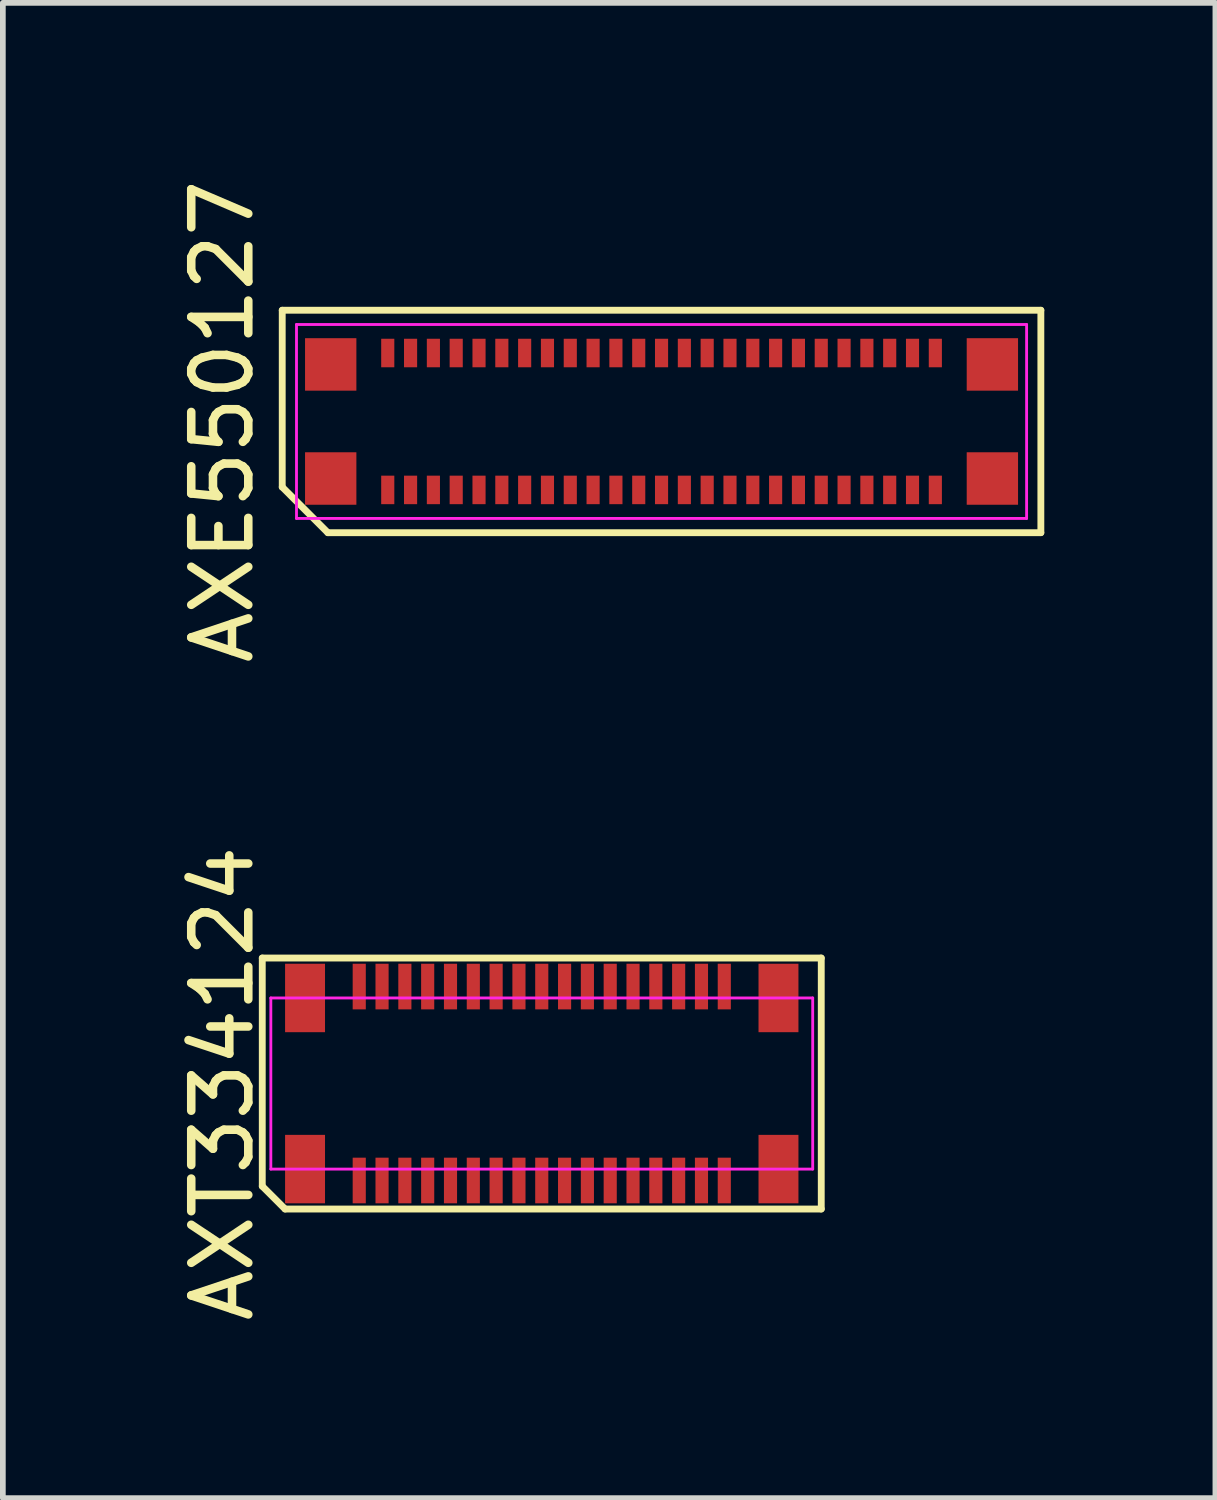
<source format=kicad_pcb>
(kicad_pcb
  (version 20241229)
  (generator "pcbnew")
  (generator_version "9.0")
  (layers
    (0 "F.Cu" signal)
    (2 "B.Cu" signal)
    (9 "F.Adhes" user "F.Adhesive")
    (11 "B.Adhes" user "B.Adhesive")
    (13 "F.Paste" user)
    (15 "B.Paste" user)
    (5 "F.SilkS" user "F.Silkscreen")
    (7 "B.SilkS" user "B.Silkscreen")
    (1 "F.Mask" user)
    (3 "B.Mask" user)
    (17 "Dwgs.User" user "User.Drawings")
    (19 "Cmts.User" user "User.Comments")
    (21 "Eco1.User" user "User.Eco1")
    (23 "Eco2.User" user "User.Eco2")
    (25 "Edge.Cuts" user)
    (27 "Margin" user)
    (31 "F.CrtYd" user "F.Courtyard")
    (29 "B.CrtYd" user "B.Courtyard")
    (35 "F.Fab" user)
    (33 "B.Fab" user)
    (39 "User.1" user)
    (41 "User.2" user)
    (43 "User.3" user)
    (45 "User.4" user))
  (footprint "AXE550127"
    (layer "F.Cu")
    (at 8.548 4.339)
    (property "Reference" "AXE550127" (at -7.7 0 90) (layer "F.SilkS") (effects (font (size 1 1) (thickness 0.15))))
    (attr through_hole)
    (fp_line (start -6.65 -1.95) (end 6.65 -1.95) (stroke (width 0.12) (type solid)) (layer "F.SilkS"))
    (fp_line (start -6.65 1.15) (end -6.65 -1.95) (stroke (width 0.12) (type solid)) (layer "F.SilkS"))
    (fp_line (start -5.85 1.95) (end -6.65 1.15) (stroke (width 0.12) (type solid)) (layer "F.SilkS"))
    (fp_line (start 6.65 -1.95) (end 6.65 1.95) (stroke (width 0.12) (type solid)) (layer "F.SilkS"))
    (fp_line (start 6.65 1.95) (end -5.85 1.95) (stroke (width 0.12) (type solid)) (layer "F.SilkS"))
    (fp_line (start -6.4 -1.7) (end 6.4 -1.7) (stroke (width 0.05) (type solid)) (layer "F.CrtYd"))
    (fp_line (start -6.4 1.7) (end -6.4 -1.7) (stroke (width 0.05) (type solid)) (layer "F.CrtYd"))
    (fp_line (start 6.4 -1.7) (end 6.4 1.7) (stroke (width 0.05) (type solid)) (layer "F.CrtYd"))
    (fp_line (start 6.4 1.7) (end -6.4 1.7) (stroke (width 0.05) (type solid)) (layer "F.CrtYd"))
    (pad "1" smd rect (at -4.8 1.2) (size 0.23 0.5) (layers "F.Cu" "F.Mask" "F.Paste"))
    (pad "2" smd rect (at -4.8 -1.2) (size 0.23 0.5) (layers "F.Cu" "F.Mask" "F.Paste"))
    (pad "3" smd rect (at -4.4 1.2) (size 0.23 0.5) (layers "F.Cu" "F.Mask" "F.Paste"))
    (pad "4" smd rect (at -4.4 -1.2) (size 0.23 0.5) (layers "F.Cu" "F.Mask" "F.Paste"))
    (pad "5" smd rect (at -4 1.2) (size 0.23 0.5) (layers "F.Cu" "F.Mask" "F.Paste"))
    (pad "6" smd rect (at -4 -1.2) (size 0.23 0.5) (layers "F.Cu" "F.Mask" "F.Paste"))
    (pad "7" smd rect (at -3.6 1.2) (size 0.23 0.5) (layers "F.Cu" "F.Mask" "F.Paste"))
    (pad "8" smd rect (at -3.6 -1.2) (size 0.23 0.5) (layers "F.Cu" "F.Mask" "F.Paste"))
    (pad "9" smd rect (at -3.2 1.2) (size 0.23 0.5) (layers "F.Cu" "F.Mask" "F.Paste"))
    (pad "10" smd rect (at -3.2 -1.2) (size 0.23 0.5) (layers "F.Cu" "F.Mask" "F.Paste"))
    (pad "11" smd rect (at -2.8 1.2) (size 0.23 0.5) (layers "F.Cu" "F.Mask" "F.Paste"))
    (pad "12" smd rect (at -2.8 -1.2) (size 0.23 0.5) (layers "F.Cu" "F.Mask" "F.Paste"))
    (pad "13" smd rect (at -2.4 1.2) (size 0.23 0.5) (layers "F.Cu" "F.Mask" "F.Paste"))
    (pad "14" smd rect (at -2.4 -1.2) (size 0.23 0.5) (layers "F.Cu" "F.Mask" "F.Paste"))
    (pad "15" smd rect (at -2 1.2) (size 0.23 0.5) (layers "F.Cu" "F.Mask" "F.Paste"))
    (pad "16" smd rect (at -2 -1.2) (size 0.23 0.5) (layers "F.Cu" "F.Mask" "F.Paste"))
    (pad "17" smd rect (at -1.6 1.2) (size 0.23 0.5) (layers "F.Cu" "F.Mask" "F.Paste"))
    (pad "18" smd rect (at -1.6 -1.2) (size 0.23 0.5) (layers "F.Cu" "F.Mask" "F.Paste"))
    (pad "19" smd rect (at -1.2 1.2) (size 0.23 0.5) (layers "F.Cu" "F.Mask" "F.Paste"))
    (pad "20" smd rect (at -1.2 -1.2) (size 0.23 0.5) (layers "F.Cu" "F.Mask" "F.Paste"))
    (pad "21" smd rect (at -0.8 1.2) (size 0.23 0.5) (layers "F.Cu" "F.Mask" "F.Paste"))
    (pad "22" smd rect (at -0.8 -1.2) (size 0.23 0.5) (layers "F.Cu" "F.Mask" "F.Paste"))
    (pad "23" smd rect (at -0.4 1.2) (size 0.23 0.5) (layers "F.Cu" "F.Mask" "F.Paste"))
    (pad "24" smd rect (at -0.4 -1.2) (size 0.23 0.5) (layers "F.Cu" "F.Mask" "F.Paste"))
    (pad "25" smd rect (at 0 1.2) (size 0.23 0.5) (layers "F.Cu" "F.Mask" "F.Paste"))
    (pad "26" smd rect (at 0 -1.2) (size 0.23 0.5) (layers "F.Cu" "F.Mask" "F.Paste"))
    (pad "27" smd rect (at 0.4 1.2) (size 0.23 0.5) (layers "F.Cu" "F.Mask" "F.Paste"))
    (pad "28" smd rect (at 0.4 -1.2) (size 0.23 0.5) (layers "F.Cu" "F.Mask" "F.Paste"))
    (pad "29" smd rect (at 0.8 1.2) (size 0.23 0.5) (layers "F.Cu" "F.Mask" "F.Paste"))
    (pad "30" smd rect (at 0.8 -1.2) (size 0.23 0.5) (layers "F.Cu" "F.Mask" "F.Paste"))
    (pad "31" smd rect (at 1.2 1.2) (size 0.23 0.5) (layers "F.Cu" "F.Mask" "F.Paste"))
    (pad "32" smd rect (at 1.2 -1.2) (size 0.23 0.5) (layers "F.Cu" "F.Mask" "F.Paste"))
    (pad "33" smd rect (at 1.6 1.2) (size 0.23 0.5) (layers "F.Cu" "F.Mask" "F.Paste"))
    (pad "34" smd rect (at 1.6 -1.2) (size 0.23 0.5) (layers "F.Cu" "F.Mask" "F.Paste"))
    (pad "35" smd rect (at 2 1.2) (size 0.23 0.5) (layers "F.Cu" "F.Mask" "F.Paste"))
    (pad "36" smd rect (at 2 -1.2) (size 0.23 0.5) (layers "F.Cu" "F.Mask" "F.Paste"))
    (pad "37" smd rect (at 2.4 1.2) (size 0.23 0.5) (layers "F.Cu" "F.Mask" "F.Paste"))
    (pad "38" smd rect (at 2.4 -1.2) (size 0.23 0.5) (layers "F.Cu" "F.Mask" "F.Paste"))
    (pad "39" smd rect (at 2.8 1.2) (size 0.23 0.5) (layers "F.Cu" "F.Mask" "F.Paste"))
    (pad "40" smd rect (at 2.8 -1.2) (size 0.23 0.5) (layers "F.Cu" "F.Mask" "F.Paste"))
    (pad "41" smd rect (at 3.2 1.2) (size 0.23 0.5) (layers "F.Cu" "F.Mask" "F.Paste"))
    (pad "42" smd rect (at 3.2 -1.2) (size 0.23 0.5) (layers "F.Cu" "F.Mask" "F.Paste"))
    (pad "43" smd rect (at 3.6 1.2) (size 0.23 0.5) (layers "F.Cu" "F.Mask" "F.Paste"))
    (pad "44" smd rect (at 3.6 -1.2) (size 0.23 0.5) (layers "F.Cu" "F.Mask" "F.Paste"))
    (pad "45" smd rect (at 4 1.2) (size 0.23 0.5) (layers "F.Cu" "F.Mask" "F.Paste"))
    (pad "46" smd rect (at 4 -1.2) (size 0.23 0.5) (layers "F.Cu" "F.Mask" "F.Paste"))
    (pad "47" smd rect (at 4.4 1.2) (size 0.23 0.5) (layers "F.Cu" "F.Mask" "F.Paste"))
    (pad "48" smd rect (at 4.4 -1.2) (size 0.23 0.5) (layers "F.Cu" "F.Mask" "F.Paste"))
    (pad "49" smd rect (at 4.8 1.2) (size 0.23 0.5) (layers "F.Cu" "F.Mask" "F.Paste"))
    (pad "50" smd rect (at 4.8 -1.2) (size 0.23 0.5) (layers "F.Cu" "F.Mask" "F.Paste"))
    (pad "MP" smd rect (at -5.8 -1) (size 0.9 0.92) (layers "F.Cu" "F.Mask" "F.Paste"))
    (pad "MP" smd rect (at -5.8 1) (size 0.9 0.92) (layers "F.Cu" "F.Mask" "F.Paste"))
    (pad "MP" smd rect (at 5.8 -1) (size 0.9 0.92) (layers "F.Cu" "F.Mask" "F.Paste"))
    (pad "MP" smd rect (at 5.8 1) (size 0.9 0.92) (layers "F.Cu" "F.Mask" "F.Paste")))
  (footprint "AXT334124"
    (layer "F.Cu")
    (at 6.448 15.946)
    (property "Reference" "AXT334124" (at -5.6 0 90) (unlocked yes) (layer "F.SilkS") (effects (font (size 1 1) (thickness 0.15))))
    (attr smd)
    (fp_line (start -4.9 -2.2) (end 4.9 -2.2) (stroke (width 0.12) (type default)) (layer "F.SilkS"))
    (fp_line (start -4.9 1.8) (end -4.9 -2.2) (stroke (width 0.12) (type default)) (layer "F.SilkS"))
    (fp_line (start -4.5 2.2) (end -4.9 1.8) (stroke (width 0.12) (type default)) (layer "F.SilkS"))
    (fp_line (start 4.9 -2.2) (end 4.9 2.2) (stroke (width 0.12) (type default)) (layer "F.SilkS"))
    (fp_line (start 4.9 2.2) (end -4.5 2.2) (stroke (width 0.12) (type default)) (layer "F.SilkS"))
    (fp_line (start -4.75 -1.5) (end 4.75 -1.5) (stroke (width 0.05) (type default)) (layer "F.CrtYd"))
    (fp_line (start -4.75 1.5) (end -4.75 -1.5) (stroke (width 0.05) (type default)) (layer "F.CrtYd"))
    (fp_line (start 4.75 -1.5) (end 4.75 1.5) (stroke (width 0.05) (type default)) (layer "F.CrtYd"))
    (fp_line (start 4.75 1.5) (end -4.75 1.5) (stroke (width 0.05) (type default)) (layer "F.CrtYd"))
    (pad "1" smd rect (at -3.2 1.7) (size 0.23 0.8) (layers "F.Cu" "F.Mask" "F.Paste"))
    (pad "2" smd rect (at -3.2 -1.7) (size 0.23 0.8) (layers "F.Cu" "F.Mask" "F.Paste"))
    (pad "3" smd rect (at -2.8 1.7) (size 0.23 0.8) (layers "F.Cu" "F.Mask" "F.Paste"))
    (pad "4" smd rect (at -2.8 -1.7) (size 0.23 0.8) (layers "F.Cu" "F.Mask" "F.Paste"))
    (pad "5" smd rect (at -2.4 1.7) (size 0.23 0.8) (layers "F.Cu" "F.Mask" "F.Paste"))
    (pad "6" smd rect (at -2.4 -1.7) (size 0.23 0.8) (layers "F.Cu" "F.Mask" "F.Paste"))
    (pad "7" smd rect (at -2 1.7) (size 0.23 0.8) (layers "F.Cu" "F.Mask" "F.Paste"))
    (pad "8" smd rect (at -2 -1.7) (size 0.23 0.8) (layers "F.Cu" "F.Mask" "F.Paste"))
    (pad "9" smd rect (at -1.6 1.7) (size 0.23 0.8) (layers "F.Cu" "F.Mask" "F.Paste"))
    (pad "10" smd rect (at -1.6 -1.7) (size 0.23 0.8) (layers "F.Cu" "F.Mask" "F.Paste"))
    (pad "11" smd rect (at -1.2 1.7) (size 0.23 0.8) (layers "F.Cu" "F.Mask" "F.Paste"))
    (pad "12" smd rect (at -1.2 -1.7) (size 0.23 0.8) (layers "F.Cu" "F.Mask" "F.Paste"))
    (pad "13" smd rect (at -0.8 1.7) (size 0.23 0.8) (layers "F.Cu" "F.Mask" "F.Paste"))
    (pad "14" smd rect (at -0.8 -1.7) (size 0.23 0.8) (layers "F.Cu" "F.Mask" "F.Paste"))
    (pad "15" smd rect (at -0.4 1.7) (size 0.23 0.8) (layers "F.Cu" "F.Mask" "F.Paste"))
    (pad "16" smd rect (at -0.4 -1.7) (size 0.23 0.8) (layers "F.Cu" "F.Mask" "F.Paste"))
    (pad "17" smd rect (at 0 1.7) (size 0.23 0.8) (layers "F.Cu" "F.Mask" "F.Paste"))
    (pad "18" smd rect (at 0 -1.7) (size 0.23 0.8) (layers "F.Cu" "F.Mask" "F.Paste"))
    (pad "19" smd rect (at 0.4 1.7) (size 0.23 0.8) (layers "F.Cu" "F.Mask" "F.Paste"))
    (pad "20" smd rect (at 0.4 -1.7) (size 0.23 0.8) (layers "F.Cu" "F.Mask" "F.Paste"))
    (pad "21" smd rect (at 0.8 1.7) (size 0.23 0.8) (layers "F.Cu" "F.Mask" "F.Paste"))
    (pad "22" smd rect (at 0.8 -1.7) (size 0.23 0.8) (layers "F.Cu" "F.Mask" "F.Paste"))
    (pad "23" smd rect (at 1.2 1.7) (size 0.23 0.8) (layers "F.Cu" "F.Mask" "F.Paste"))
    (pad "24" smd rect (at 1.2 -1.7) (size 0.23 0.8) (layers "F.Cu" "F.Mask" "F.Paste"))
    (pad "25" smd rect (at 1.6 1.7) (size 0.23 0.8) (layers "F.Cu" "F.Mask" "F.Paste"))
    (pad "26" smd rect (at 1.6 -1.7) (size 0.23 0.8) (layers "F.Cu" "F.Mask" "F.Paste"))
    (pad "27" smd rect (at 2 1.7) (size 0.23 0.8) (layers "F.Cu" "F.Mask" "F.Paste"))
    (pad "28" smd rect (at 2 -1.7) (size 0.23 0.8) (layers "F.Cu" "F.Mask" "F.Paste"))
    (pad "29" smd rect (at 2.4 1.7) (size 0.23 0.8) (layers "F.Cu" "F.Mask" "F.Paste"))
    (pad "30" smd rect (at 2.4 -1.7) (size 0.23 0.8) (layers "F.Cu" "F.Mask" "F.Paste"))
    (pad "31" smd rect (at 2.8 1.7) (size 0.23 0.8) (layers "F.Cu" "F.Mask" "F.Paste"))
    (pad "32" smd rect (at 2.8 -1.7) (size 0.23 0.8) (layers "F.Cu" "F.Mask" "F.Paste"))
    (pad "33" smd rect (at 3.2 1.7) (size 0.23 0.8) (layers "F.Cu" "F.Mask" "F.Paste"))
    (pad "34" smd rect (at 3.2 -1.7) (size 0.23 0.8) (layers "F.Cu" "F.Mask" "F.Paste"))
    (pad "MP" smd rect (at -4.15 -1.5) (size 0.7 1.2) (layers "F.Cu" "F.Mask" "F.Paste"))
    (pad "MP" smd rect (at -4.15 1.5) (size 0.7 1.2) (layers "F.Cu" "F.Mask" "F.Paste"))
    (pad "MP" smd rect (at 4.15 -1.5) (size 0.7 1.2) (layers "F.Cu" "F.Mask" "F.Paste"))
    (pad "MP" smd rect (at 4.15 1.5) (size 0.7 1.2) (layers "F.Cu" "F.Mask" "F.Paste")))
  (gr_rect
    (start -3 -3)
    (end 18.258 23.214)
    (stroke (width 0.1) (type default))
    (fill no)
    (layer "Edge.Cuts")))
</source>
